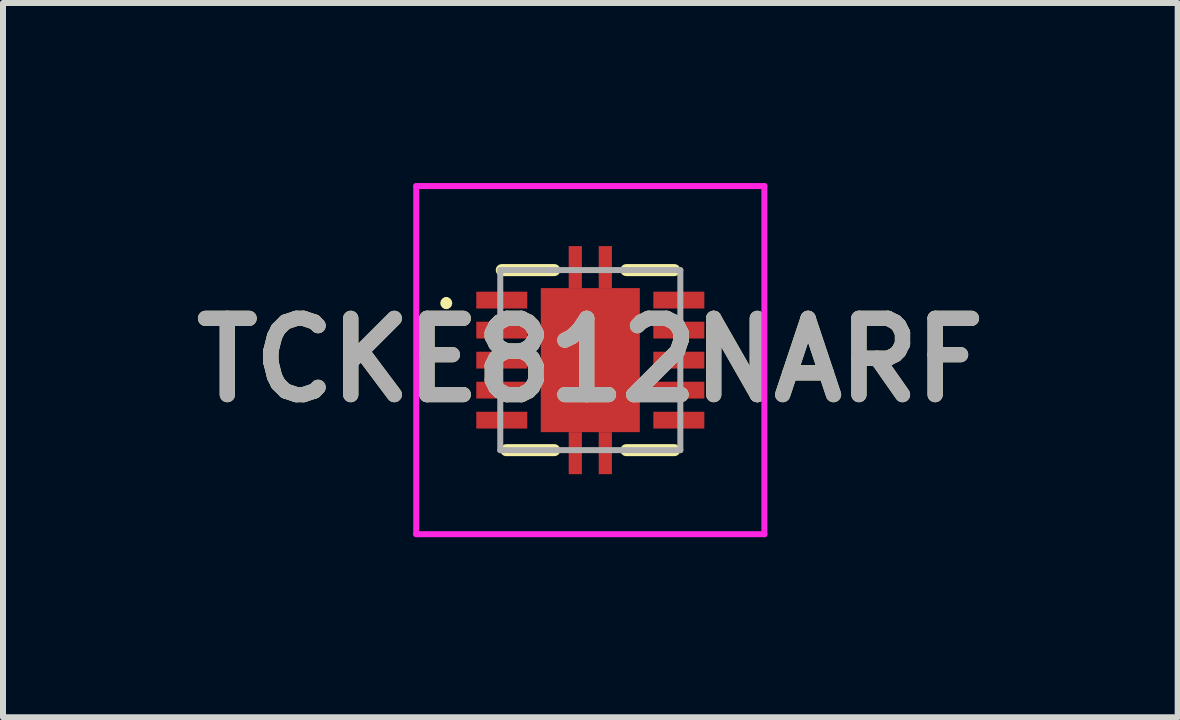
<source format=kicad_pcb>
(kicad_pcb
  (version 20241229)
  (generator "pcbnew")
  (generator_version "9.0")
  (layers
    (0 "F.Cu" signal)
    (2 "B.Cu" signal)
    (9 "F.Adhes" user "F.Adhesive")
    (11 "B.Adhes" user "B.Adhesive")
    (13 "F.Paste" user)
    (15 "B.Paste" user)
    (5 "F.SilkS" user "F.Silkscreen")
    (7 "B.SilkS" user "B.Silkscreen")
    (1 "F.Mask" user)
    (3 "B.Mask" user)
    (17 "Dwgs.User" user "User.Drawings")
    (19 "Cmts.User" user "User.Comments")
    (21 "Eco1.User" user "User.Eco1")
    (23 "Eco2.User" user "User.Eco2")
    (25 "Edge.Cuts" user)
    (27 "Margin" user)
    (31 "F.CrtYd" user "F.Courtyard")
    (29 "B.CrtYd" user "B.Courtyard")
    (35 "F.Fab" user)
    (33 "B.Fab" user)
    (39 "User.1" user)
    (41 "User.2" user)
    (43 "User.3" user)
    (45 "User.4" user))
  (footprint "TCKE812NARF"
    (layer "F.Cu")
    (at 6.785 2.95)
    (property "Reference" "TCKE812NARF" (at 0 0 0) (layer "F.SilkS") (effects (font (size 1.27 1.27) (thickness 0.254))))
    (attr smd)
    (fp_line (start -2.4 -1) (end -2.4 -1) (stroke (width 0.1) (type solid)) (layer "F.SilkS"))
    (fp_line (start -2.4 -0.9) (end -2.4 -0.9) (stroke (width 0.1) (type solid)) (layer "F.SilkS"))
    (fp_line (start -0.6 -1.5) (end -1.475 -1.5) (stroke (width 0.2) (type solid)) (layer "F.SilkS"))
    (fp_line (start -0.6 1.5) (end -1.4 1.5) (stroke (width 0.2) (type solid)) (layer "F.SilkS"))
    (fp_line (start 0.6 -1.5) (end 1.4 -1.5) (stroke (width 0.2) (type solid)) (layer "F.SilkS"))
    (fp_line (start 0.6 1.5) (end 1.4 1.5) (stroke (width 0.2) (type solid)) (layer "F.SilkS"))
    (fp_arc (start -2.4 -1) (mid -2.35 -0.95) (end -2.4 -0.9) (stroke (width 0.1) (type solid)) (layer "F.SilkS"))
    (fp_arc (start -2.4 -0.9) (mid -2.45 -0.95) (end -2.4 -1) (stroke (width 0.1) (type solid)) (layer "F.SilkS"))
    (fp_line (start -2.9 -2.9) (end 2.9 -2.9) (stroke (width 0.1) (type solid)) (layer "F.CrtYd"))
    (fp_line (start -2.9 2.9) (end -2.9 -2.9) (stroke (width 0.1) (type solid)) (layer "F.CrtYd"))
    (fp_line (start 2.9 -2.9) (end 2.9 2.9) (stroke (width 0.1) (type solid)) (layer "F.CrtYd"))
    (fp_line (start 2.9 2.9) (end -2.9 2.9) (stroke (width 0.1) (type solid)) (layer "F.CrtYd"))
    (fp_line (start -1.5 -1.5) (end 1.5 -1.5) (stroke (width 0.1) (type solid)) (layer "F.Fab"))
    (fp_line (start -1.5 1.5) (end -1.5 -1.5) (stroke (width 0.1) (type solid)) (layer "F.Fab"))
    (fp_line (start 1.5 -1.5) (end 1.5 1.5) (stroke (width 0.1) (type solid)) (layer "F.Fab"))
    (fp_line (start 1.5 1.5) (end -1.5 1.5) (stroke (width 0.1) (type solid)) (layer "F.Fab"))
    (fp_text user "${REFERENCE}" (at 0 0 0) (layer "F.Fab") (effects (font (size 1.27 1.27) (thickness 0.254))))
    (pad "1" smd rect (at -1.475 -1 90) (size 0.28 0.85) (layers "F.Cu" "F.Mask" "F.Paste"))
    (pad "2" smd rect (at -1.475 -0.5 90) (size 0.28 0.85) (layers "F.Cu" "F.Mask" "F.Paste"))
    (pad "3" smd rect (at -1.475 0 90) (size 0.28 0.85) (layers "F.Cu" "F.Mask" "F.Paste"))
    (pad "4" smd rect (at -1.475 0.5 90) (size 0.28 0.85) (layers "F.Cu" "F.Mask" "F.Paste"))
    (pad "5" smd rect (at -1.475 1 90) (size 0.28 0.85) (layers "F.Cu" "F.Mask" "F.Paste"))
    (pad "6" smd rect (at 1.475 1 90) (size 0.28 0.85) (layers "F.Cu" "F.Mask" "F.Paste"))
    (pad "7" smd rect (at 1.475 0.5 90) (size 0.28 0.85) (layers "F.Cu" "F.Mask" "F.Paste"))
    (pad "8" smd rect (at 1.475 0 90) (size 0.28 0.85) (layers "F.Cu" "F.Mask" "F.Paste"))
    (pad "9" smd rect (at 1.475 -0.5 90) (size 0.28 0.85) (layers "F.Cu" "F.Mask" "F.Paste"))
    (pad "10" smd rect (at 1.475 -1 90) (size 0.28 0.85) (layers "F.Cu" "F.Mask" "F.Paste"))
    (pad "11" smd rect (at 0 0) (size 1.65 2.4) (layers "F.Cu" "F.Mask" "F.Paste"))
    (pad "12" smd rect (at -0.25 1.55) (size 0.22 0.7) (layers "F.Cu" "F.Mask" "F.Paste"))
    (pad "13" smd rect (at 0.25 1.55) (size 0.22 0.7) (layers "F.Cu" "F.Mask" "F.Paste"))
    (pad "14" smd rect (at 0.25 -1.55) (size 0.22 0.7) (layers "F.Cu" "F.Mask" "F.Paste"))
    (pad "15" smd rect (at -0.25 -1.55) (size 0.22 0.7) (layers "F.Cu" "F.Mask" "F.Paste")))
  (gr_rect
    (start -3 -3)
    (end 16.571 8.9)
    (stroke (width 0.1) (type default))
    (fill no)
    (layer "Edge.Cuts")))
</source>
